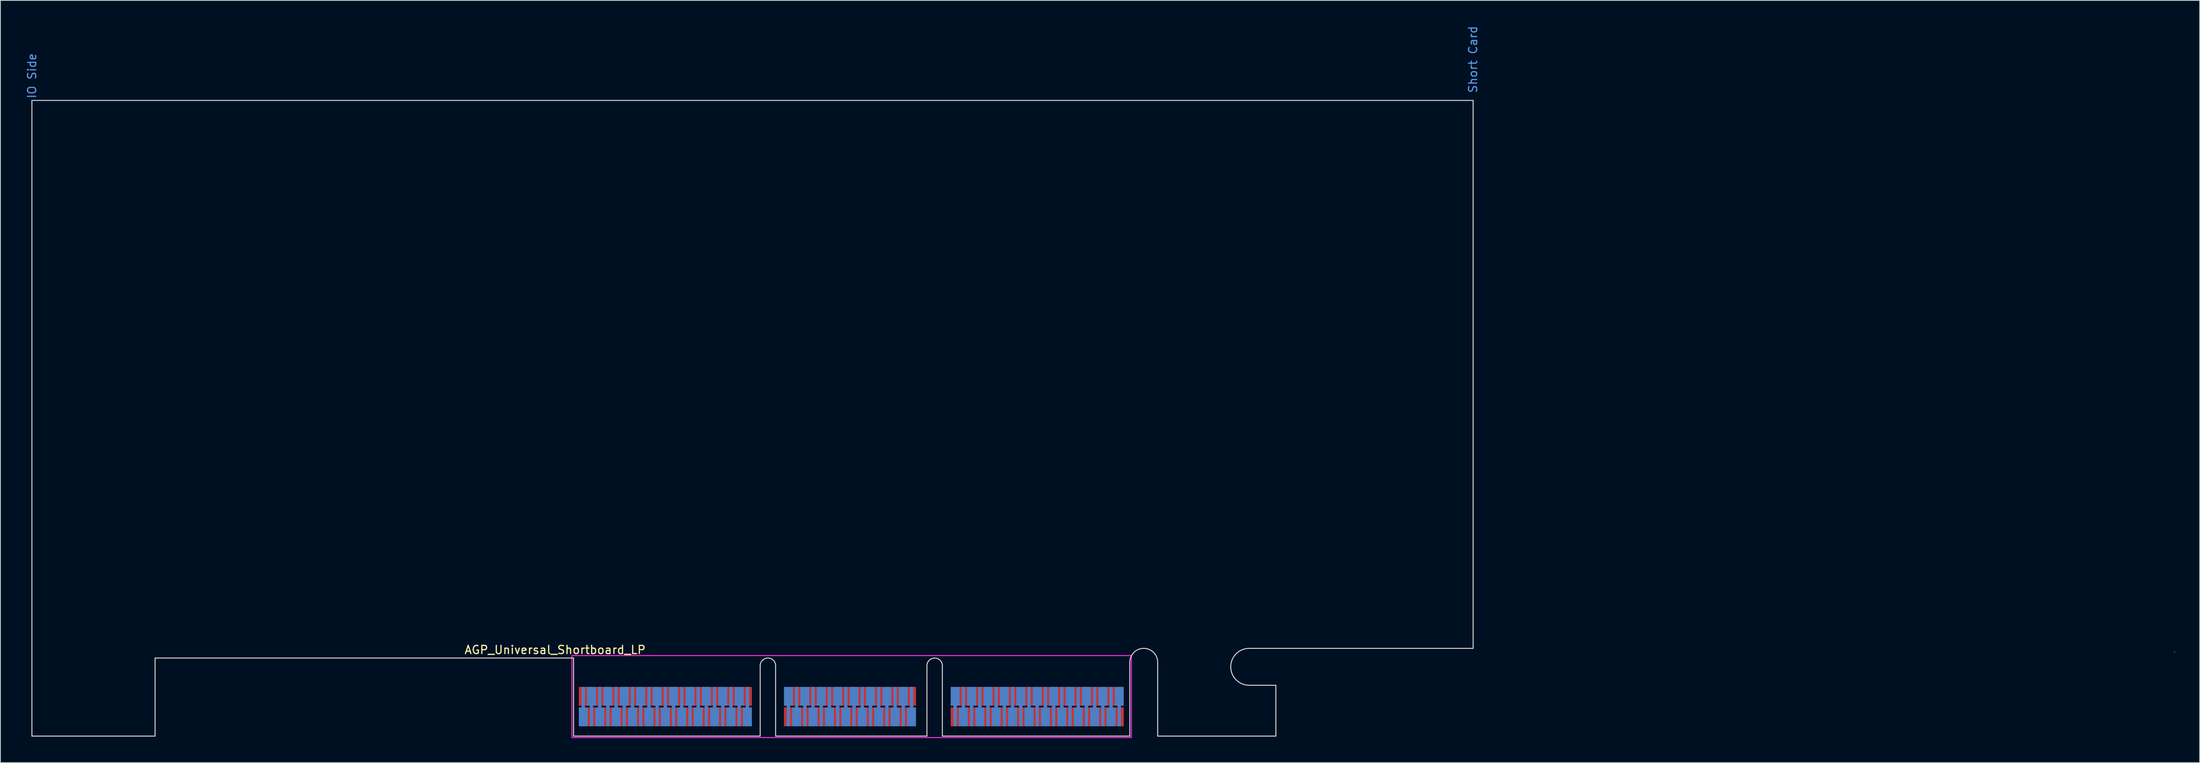
<source format=kicad_pcb>
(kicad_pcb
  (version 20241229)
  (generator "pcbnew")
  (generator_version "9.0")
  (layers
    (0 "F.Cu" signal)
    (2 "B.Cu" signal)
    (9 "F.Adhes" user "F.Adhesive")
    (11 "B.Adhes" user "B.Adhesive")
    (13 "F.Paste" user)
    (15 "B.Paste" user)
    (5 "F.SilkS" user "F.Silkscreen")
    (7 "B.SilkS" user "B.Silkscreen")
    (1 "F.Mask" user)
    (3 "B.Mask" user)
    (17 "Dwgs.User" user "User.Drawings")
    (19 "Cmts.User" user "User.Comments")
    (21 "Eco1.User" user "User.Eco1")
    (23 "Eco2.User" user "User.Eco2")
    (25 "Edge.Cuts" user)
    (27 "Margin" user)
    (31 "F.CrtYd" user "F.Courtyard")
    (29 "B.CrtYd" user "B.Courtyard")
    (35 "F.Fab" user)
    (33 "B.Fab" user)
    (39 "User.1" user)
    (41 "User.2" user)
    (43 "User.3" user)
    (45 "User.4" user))
  (footprint "AGP_Universal_Shortboard_LP"
    (layer "F.Cu")
    (at 66.848 77.196)
    (property "Reference" "AGP_Universal_Shortboard_LP" (at -2.25 -1 0) (unlocked yes) (layer "F.SilkS") (effects (font (size 1 1) (thickness 0.15))))
    (fp_line (start 195.1 -0.7) (end 195.1 -0.7) (stroke (width 0.12) (type solid)) (layer "Cmts.User"))
    (fp_line (start -66.01 -68) (end 109.62 -68) (stroke (width 0.12) (type solid)) (layer "Edge.Cuts"))
    (fp_line (start -66.01 9.52) (end -66.01 -68) (stroke (width 0.12) (type solid)) (layer "Edge.Cuts"))
    (fp_line (start -51 0) (end -51 9.52) (stroke (width 0.12) (type solid)) (layer "Edge.Cuts"))
    (fp_line (start -51 9.52) (end -66.01 9.52) (stroke (width 0.12) (type solid)) (layer "Edge.Cuts"))
    (fp_line (start 0 0) (end -51 0) (stroke (width 0.12) (type solid)) (layer "Edge.Cuts"))
    (fp_line (start 0 9.52) (end 0 0) (stroke (width 0.12) (type solid)) (layer "Edge.Cuts"))
    (fp_line (start 0 9.52) (end 22.74 9.52) (stroke (width 0.12) (type solid)) (layer "Edge.Cuts"))
    (fp_line (start 22.74 0.94) (end 22.74 9.52) (stroke (width 0.12) (type solid)) (layer "Edge.Cuts"))
    (fp_line (start 24.62 0.94) (end 24.62 9.52) (stroke (width 0.12) (type solid)) (layer "Edge.Cuts"))
    (fp_line (start 24.62 9.52) (end 43.06 9.52) (stroke (width 0.12) (type solid)) (layer "Edge.Cuts"))
    (fp_line (start 43.06 0.94) (end 43.06 9.52) (stroke (width 0.12) (type solid)) (layer "Edge.Cuts"))
    (fp_line (start 44.94 0.94) (end 44.94 9.52) (stroke (width 0.12) (type solid)) (layer "Edge.Cuts"))
    (fp_line (start 44.94 9.52) (end 67.78 9.52) (stroke (width 0.12) (type solid)) (layer "Edge.Cuts"))
    (fp_line (start 67.78 9.52) (end 67.78 0.52) (stroke (width 0.12) (type solid)) (layer "Edge.Cuts"))
    (fp_line (start 71.18 9.52) (end 71.18 0.52) (stroke (width 0.12) (type solid)) (layer "Edge.Cuts"))
    (fp_line (start 71.18 9.52) (end 85.58 9.52) (stroke (width 0.12) (type solid)) (layer "Edge.Cuts"))
    (fp_line (start 82.33 -1.18) (end 109.62 -1.18) (stroke (width 0.12) (type solid)) (layer "Edge.Cuts"))
    (fp_line (start 85.58 3.32) (end 82.33 3.32) (stroke (width 0.12) (type solid)) (layer "Edge.Cuts"))
    (fp_line (start 85.58 9.52) (end 85.58 3.32) (stroke (width 0.12) (type solid)) (layer "Edge.Cuts"))
    (fp_line (start 109.62 -1.18) (end 109.62 -68) (stroke (width 0.12) (type solid)) (layer "Edge.Cuts"))
    (fp_arc (start 22.74 0.94) (mid 23.68 0) (end 24.62 0.94) (stroke (width 0.12) (type solid)) (layer "Edge.Cuts"))
    (fp_arc (start 43.06 0.94) (mid 44 0) (end 44.94 0.94) (stroke (width 0.12) (type solid)) (layer "Edge.Cuts"))
    (fp_arc (start 67.78 0.52) (mid 69.48 -1.18) (end 71.18 0.52) (stroke (width 0.12) (type solid)) (layer "Edge.Cuts"))
    (fp_arc (start 82.33 3.32) (mid 80.08 1.07) (end 82.33 -1.18) (stroke (width 0.12) (type solid)) (layer "Edge.Cuts"))
    (fp_rect (start -0.2 -0.3) (end 67.98 9.7) (stroke (width 0.12) (type solid)) (fill no) (layer "F.CrtYd"))
    (fp_text user "IO Side" (at -66 -71 90) (unlocked yes) (layer "Cmts.User") (effects (font (size 1 1) (thickness 0.15))))
    (fp_text user "Short Card" (at 109.6 -73 90) (unlocked yes) (layer "Cmts.User") (effects (font (size 1 1) (thickness 0.15))))
    (pad "A1" connect custom (at 1.18 7.17) (size 1.09 2.3) (layers "B.Cu" "B.Mask") (options (anchor rect)) (primitives (gr_poly (pts (xy -0.205 -1.15) (xy 0.205 -1.15) (xy 0.205 -3.65) (xy -0.205 -3.65)) (width 0) (fill yes))))
    (pad "A2" connect custom (at 2.18 4.67 180) (size 1.09 2.3) (layers "B.Cu" "B.Mask") (options (anchor rect)) (primitives (gr_poly (pts (xy -0.205 -1.15) (xy 0.205 -1.15) (xy 0.205 -3.65) (xy -0.205 -3.65)) (width 0) (fill yes))))
    (pad "A3" connect custom (at 3.18 7.17) (size 1.09 2.3) (layers "B.Cu" "B.Mask") (options (anchor rect)) (primitives (gr_poly (pts (xy -0.205 -1.15) (xy 0.205 -1.15) (xy 0.205 -3.65) (xy -0.205 -3.65)) (width 0) (fill yes))))
    (pad "A4" connect custom (at 4.18 4.67 180) (size 1.09 2.3) (layers "B.Cu" "B.Mask") (options (anchor rect)) (primitives (gr_poly (pts (xy -0.205 -1.15) (xy 0.205 -1.15) (xy 0.205 -3.65) (xy -0.205 -3.65)) (width 0) (fill yes))))
    (pad "A5" connect custom (at 5.18 7.17) (size 1.09 2.3) (layers "B.Cu" "B.Mask") (options (anchor rect)) (primitives (gr_poly (pts (xy -0.205 -1.15) (xy 0.205 -1.15) (xy 0.205 -3.65) (xy -0.205 -3.65)) (width 0) (fill yes))))
    (pad "A6" connect custom (at 6.18 4.67 180) (size 1.09 2.3) (layers "B.Cu" "B.Mask") (options (anchor rect)) (primitives (gr_poly (pts (xy -0.205 -1.15) (xy 0.205 -1.15) (xy 0.205 -3.65) (xy -0.205 -3.65)) (width 0) (fill yes))))
    (pad "A7" connect custom (at 7.18 7.17) (size 1.09 2.3) (layers "B.Cu" "B.Mask") (options (anchor rect)) (primitives (gr_poly (pts (xy -0.205 -1.15) (xy 0.205 -1.15) (xy 0.205 -3.65) (xy -0.205 -3.65)) (width 0) (fill yes))))
    (pad "A8" connect custom (at 8.18 4.67 180) (size 1.09 2.3) (layers "B.Cu" "B.Mask") (options (anchor rect)) (primitives (gr_poly (pts (xy -0.205 -1.15) (xy 0.205 -1.15) (xy 0.205 -3.65) (xy -0.205 -3.65)) (width 0) (fill yes))))
    (pad "A9" connect custom (at 9.18 7.17) (size 1.09 2.3) (layers "B.Cu" "B.Mask") (options (anchor rect)) (primitives (gr_poly (pts (xy -0.205 -1.15) (xy 0.205 -1.15) (xy 0.205 -3.65) (xy -0.205 -3.65)) (width 0) (fill yes))))
    (pad "A10" connect custom (at 10.18 4.67 180) (size 1.09 2.3) (layers "B.Cu" "B.Mask") (options (anchor rect)) (primitives (gr_poly (pts (xy -0.205 -1.15) (xy 0.205 -1.15) (xy 0.205 -3.65) (xy -0.205 -3.65)) (width 0) (fill yes))))
    (pad "A11" connect custom (at 11.18 7.17) (size 1.09 2.3) (layers "B.Cu" "B.Mask") (options (anchor rect)) (primitives (gr_poly (pts (xy -0.205 -1.15) (xy 0.205 -1.15) (xy 0.205 -3.65) (xy -0.205 -3.65)) (width 0) (fill yes))))
    (pad "A12" connect custom (at 12.18 4.67 180) (size 1.09 2.3) (layers "B.Cu" "B.Mask") (options (anchor rect)) (primitives (gr_poly (pts (xy -0.205 -1.15) (xy 0.205 -1.15) (xy 0.205 -3.65) (xy -0.205 -3.65)) (width 0) (fill yes))))
    (pad "A13" connect custom (at 13.18 7.17) (size 1.09 2.3) (layers "B.Cu" "B.Mask") (options (anchor rect)) (primitives (gr_poly (pts (xy -0.205 -1.15) (xy 0.205 -1.15) (xy 0.205 -3.65) (xy -0.205 -3.65)) (width 0) (fill yes))))
    (pad "A14" connect custom (at 14.18 4.67 180) (size 1.09 2.3) (layers "B.Cu" "B.Mask") (options (anchor rect)) (primitives (gr_poly (pts (xy -0.205 -1.15) (xy 0.205 -1.15) (xy 0.205 -3.65) (xy -0.205 -3.65)) (width 0) (fill yes))))
    (pad "A15" connect custom (at 15.18 7.17) (size 1.09 2.3) (layers "B.Cu" "B.Mask") (options (anchor rect)) (primitives (gr_poly (pts (xy -0.205 -1.15) (xy 0.205 -1.15) (xy 0.205 -3.65) (xy -0.205 -3.65)) (width 0) (fill yes))))
    (pad "A16" connect custom (at 16.18 4.67 180) (size 1.09 2.3) (layers "B.Cu" "B.Mask") (options (anchor rect)) (primitives (gr_poly (pts (xy -0.205 -1.15) (xy 0.205 -1.15) (xy 0.205 -3.65) (xy -0.205 -3.65)) (width 0) (fill yes))))
    (pad "A17" connect custom (at 17.18 7.17) (size 1.09 2.3) (layers "B.Cu" "B.Mask") (options (anchor rect)) (primitives (gr_poly (pts (xy -0.205 -1.15) (xy 0.205 -1.15) (xy 0.205 -3.65) (xy -0.205 -3.65)) (width 0) (fill yes))))
    (pad "A18" connect custom (at 18.18 4.67 180) (size 1.09 2.3) (layers "B.Cu" "B.Mask") (options (anchor rect)) (primitives (gr_poly (pts (xy -0.205 -1.15) (xy 0.205 -1.15) (xy 0.205 -3.65) (xy -0.205 -3.65)) (width 0) (fill yes))))
    (pad "A19" connect custom (at 19.18 7.17) (size 1.09 2.3) (layers "B.Cu" "B.Mask") (options (anchor rect)) (primitives (gr_poly (pts (xy -0.205 -1.15) (xy 0.205 -1.15) (xy 0.205 -3.65) (xy -0.205 -3.65)) (width 0) (fill yes))))
    (pad "A20" connect custom (at 20.18 4.67 180) (size 1.09 2.3) (layers "B.Cu" "B.Mask") (options (anchor rect)) (primitives (gr_poly (pts (xy -0.205 -1.15) (xy 0.205 -1.15) (xy 0.205 -3.65) (xy -0.205 -3.65)) (width 0) (fill yes))))
    (pad "A21" connect custom (at 21.18 7.17) (size 1.09 2.3) (layers "B.Cu" "B.Mask") (options (anchor rect)) (primitives (gr_poly (pts (xy -0.205 -1.15) (xy 0.205 -1.15) (xy 0.205 -3.65) (xy -0.205 -3.65)) (width 0) (fill yes))))
    (pad "A26" connect custom (at 26.18 4.67 180) (size 1.09 2.3) (layers "B.Cu" "B.Mask") (options (anchor rect)) (primitives (gr_poly (pts (xy -0.205 -1.15) (xy 0.205 -1.15) (xy 0.205 -3.65) (xy -0.205 -3.65)) (width 0) (fill yes))))
    (pad "A27" connect custom (at 27.18 7.17) (size 1.09 2.3) (layers "B.Cu" "B.Mask") (options (anchor rect)) (primitives (gr_poly (pts (xy -0.205 -1.15) (xy 0.205 -1.15) (xy 0.205 -3.65) (xy -0.205 -3.65)) (width 0) (fill yes))))
    (pad "A28" connect custom (at 28.18 4.67 180) (size 1.09 2.3) (layers "B.Cu" "B.Mask") (options (anchor rect)) (primitives (gr_poly (pts (xy -0.205 -1.15) (xy 0.205 -1.15) (xy 0.205 -3.65) (xy -0.205 -3.65)) (width 0) (fill yes))))
    (pad "A29" connect custom (at 29.18 7.17) (size 1.09 2.3) (layers "B.Cu" "B.Mask") (options (anchor rect)) (primitives (gr_poly (pts (xy -0.205 -1.15) (xy 0.205 -1.15) (xy 0.205 -3.65) (xy -0.205 -3.65)) (width 0) (fill yes))))
    (pad "A30" connect custom (at 30.18 4.67 180) (size 1.09 2.3) (layers "B.Cu" "B.Mask") (options (anchor rect)) (primitives (gr_poly (pts (xy -0.205 -1.15) (xy 0.205 -1.15) (xy 0.205 -3.65) (xy -0.205 -3.65)) (width 0) (fill yes))))
    (pad "A31" connect custom (at 31.18 7.17) (size 1.09 2.3) (layers "B.Cu" "B.Mask") (options (anchor rect)) (primitives (gr_poly (pts (xy -0.205 -1.15) (xy 0.205 -1.15) (xy 0.205 -3.65) (xy -0.205 -3.65)) (width 0) (fill yes))))
    (pad "A32" connect custom (at 32.18 4.67 180) (size 1.09 2.3) (layers "B.Cu" "B.Mask") (options (anchor rect)) (primitives (gr_poly (pts (xy -0.205 -1.15) (xy 0.205 -1.15) (xy 0.205 -3.65) (xy -0.205 -3.65)) (width 0) (fill yes))))
    (pad "A33" connect custom (at 33.18 7.17) (size 1.09 2.3) (layers "B.Cu" "B.Mask") (options (anchor rect)) (primitives (gr_poly (pts (xy -0.205 -1.15) (xy 0.205 -1.15) (xy 0.205 -3.65) (xy -0.205 -3.65)) (width 0) (fill yes))))
    (pad "A34" connect custom (at 34.18 4.67 180) (size 1.09 2.3) (layers "B.Cu" "B.Mask") (options (anchor rect)) (primitives (gr_poly (pts (xy -0.205 -1.15) (xy 0.205 -1.15) (xy 0.205 -3.65) (xy -0.205 -3.65)) (width 0) (fill yes))))
    (pad "A35" connect custom (at 35.18 7.17) (size 1.09 2.3) (layers "B.Cu" "B.Mask") (options (anchor rect)) (primitives (gr_poly (pts (xy -0.205 -1.15) (xy 0.205 -1.15) (xy 0.205 -3.65) (xy -0.205 -3.65)) (width 0) (fill yes))))
    (pad "A36" connect custom (at 36.18 4.67 180) (size 1.09 2.3) (layers "B.Cu" "B.Mask") (options (anchor rect)) (primitives (gr_poly (pts (xy -0.205 -1.15) (xy 0.205 -1.15) (xy 0.205 -3.65) (xy -0.205 -3.65)) (width 0) (fill yes))))
    (pad "A37" connect custom (at 37.18 7.17) (size 1.09 2.3) (layers "B.Cu" "B.Mask") (options (anchor rect)) (primitives (gr_poly (pts (xy -0.205 -1.15) (xy 0.205 -1.15) (xy 0.205 -3.65) (xy -0.205 -3.65)) (width 0) (fill yes))))
    (pad "A38" connect custom (at 38.18 4.67 180) (size 1.09 2.3) (layers "B.Cu" "B.Mask") (options (anchor rect)) (primitives (gr_poly (pts (xy -0.205 -1.15) (xy 0.205 -1.15) (xy 0.205 -3.65) (xy -0.205 -3.65)) (width 0) (fill yes))))
    (pad "A39" connect custom (at 39.18 7.17) (size 1.09 2.3) (layers "B.Cu" "B.Mask") (options (anchor rect)) (primitives (gr_poly (pts (xy -0.205 -1.15) (xy 0.205 -1.15) (xy 0.205 -3.65) (xy -0.205 -3.65)) (width 0) (fill yes))))
    (pad "A40" connect custom (at 40.18 4.67 180) (size 1.09 2.3) (layers "B.Cu" "B.Mask") (options (anchor rect)) (primitives (gr_poly (pts (xy -0.205 -1.15) (xy 0.205 -1.15) (xy 0.205 -3.65) (xy -0.205 -3.65)) (width 0) (fill yes))))
    (pad "A41" connect custom (at 41.18 7.17) (size 1.09 2.3) (layers "B.Cu" "B.Mask") (options (anchor rect)) (primitives (gr_poly (pts (xy -0.205 -1.15) (xy 0.205 -1.15) (xy 0.205 -3.65) (xy -0.205 -3.65)) (width 0) (fill yes))))
    (pad "A46" connect custom (at 46.5 4.67 180) (size 1.09 2.3) (layers "B.Cu" "B.Mask") (options (anchor rect)) (primitives (gr_poly (pts (xy -0.205 -1.15) (xy 0.205 -1.15) (xy 0.205 -3.65) (xy -0.205 -3.65)) (width 0) (fill yes))))
    (pad "A47" connect custom (at 47.5 7.17) (size 1.09 2.3) (layers "B.Cu" "B.Mask") (options (anchor rect)) (primitives (gr_poly (pts (xy -0.205 -1.15) (xy 0.205 -1.15) (xy 0.205 -3.65) (xy -0.205 -3.65)) (width 0) (fill yes))))
    (pad "A48" connect custom (at 48.5 4.67 180) (size 1.09 2.3) (layers "B.Cu" "B.Mask") (options (anchor rect)) (primitives (gr_poly (pts (xy -0.205 -1.15) (xy 0.205 -1.15) (xy 0.205 -3.65) (xy -0.205 -3.65)) (width 0) (fill yes))))
    (pad "A49" connect custom (at 49.5 7.17) (size 1.09 2.3) (layers "B.Cu" "B.Mask") (options (anchor rect)) (primitives (gr_poly (pts (xy -0.205 -1.15) (xy 0.205 -1.15) (xy 0.205 -3.65) (xy -0.205 -3.65)) (width 0) (fill yes))))
    (pad "A50" connect custom (at 50.5 4.67 180) (size 1.09 2.3) (layers "B.Cu" "B.Mask") (options (anchor rect)) (primitives (gr_poly (pts (xy -0.205 -1.15) (xy 0.205 -1.15) (xy 0.205 -3.65) (xy -0.205 -3.65)) (width 0) (fill yes))))
    (pad "A51" connect custom (at 51.5 7.17) (size 1.09 2.3) (layers "B.Cu" "B.Mask") (options (anchor rect)) (primitives (gr_poly (pts (xy -0.205 -1.15) (xy 0.205 -1.15) (xy 0.205 -3.65) (xy -0.205 -3.65)) (width 0) (fill yes))))
    (pad "A52" connect custom (at 52.5 4.67 180) (size 1.09 2.3) (layers "B.Cu" "B.Mask") (options (anchor rect)) (primitives (gr_poly (pts (xy -0.205 -1.15) (xy 0.205 -1.15) (xy 0.205 -3.65) (xy -0.205 -3.65)) (width 0) (fill yes))))
    (pad "A53" connect custom (at 53.5 7.17) (size 1.09 2.3) (layers "B.Cu" "B.Mask") (options (anchor rect)) (primitives (gr_poly (pts (xy -0.205 -1.15) (xy 0.205 -1.15) (xy 0.205 -3.65) (xy -0.205 -3.65)) (width 0) (fill yes))))
    (pad "A54" connect custom (at 54.5 4.67 180) (size 1.09 2.3) (layers "B.Cu" "B.Mask") (options (anchor rect)) (primitives (gr_poly (pts (xy -0.205 -1.15) (xy 0.205 -1.15) (xy 0.205 -3.65) (xy -0.205 -3.65)) (width 0) (fill yes))))
    (pad "A55" connect custom (at 55.5 7.17) (size 1.09 2.3) (layers "B.Cu" "B.Mask") (options (anchor rect)) (primitives (gr_poly (pts (xy -0.205 -1.15) (xy 0.205 -1.15) (xy 0.205 -3.65) (xy -0.205 -3.65)) (width 0) (fill yes))))
    (pad "A56" connect custom (at 56.5 4.67 180) (size 1.09 2.3) (layers "B.Cu" "B.Mask") (options (anchor rect)) (primitives (gr_poly (pts (xy -0.205 -1.15) (xy 0.205 -1.15) (xy 0.205 -3.65) (xy -0.205 -3.65)) (width 0) (fill yes))))
    (pad "A57" connect custom (at 57.5 7.17) (size 1.09 2.3) (layers "B.Cu" "B.Mask") (options (anchor rect)) (primitives (gr_poly (pts (xy -0.205 -1.15) (xy 0.205 -1.15) (xy 0.205 -3.65) (xy -0.205 -3.65)) (width 0) (fill yes))))
    (pad "A58" connect custom (at 58.5 4.67 180) (size 1.09 2.3) (layers "B.Cu" "B.Mask") (options (anchor rect)) (primitives (gr_poly (pts (xy -0.205 -1.15) (xy 0.205 -1.15) (xy 0.205 -3.65) (xy -0.205 -3.65)) (width 0) (fill yes))))
    (pad "A59" connect custom (at 59.5 7.17) (size 1.09 2.3) (layers "B.Cu" "B.Mask") (options (anchor rect)) (primitives (gr_poly (pts (xy -0.205 -1.15) (xy 0.205 -1.15) (xy 0.205 -3.65) (xy -0.205 -3.65)) (width 0) (fill yes))))
    (pad "A60" connect custom (at 60.5 4.67 180) (size 1.09 2.3) (layers "B.Cu" "B.Mask") (options (anchor rect)) (primitives (gr_poly (pts (xy -0.205 -1.15) (xy 0.205 -1.15) (xy 0.205 -3.65) (xy -0.205 -3.65)) (width 0) (fill yes))))
    (pad "A61" connect custom (at 61.5 7.17) (size 1.09 2.3) (layers "B.Cu" "B.Mask") (options (anchor rect)) (primitives (gr_poly (pts (xy -0.205 -1.15) (xy 0.205 -1.15) (xy 0.205 -3.65) (xy -0.205 -3.65)) (width 0) (fill yes))))
    (pad "A62" connect custom (at 62.5 4.67 180) (size 1.09 2.3) (layers "B.Cu" "B.Mask") (options (anchor rect)) (primitives (gr_poly (pts (xy -0.205 -1.15) (xy 0.205 -1.15) (xy 0.205 -3.65) (xy -0.205 -3.65)) (width 0) (fill yes))))
    (pad "A63" connect custom (at 63.5 7.17) (size 1.09 2.3) (layers "B.Cu" "B.Mask") (options (anchor rect)) (primitives (gr_poly (pts (xy -0.205 -1.15) (xy 0.205 -1.15) (xy 0.205 -3.65) (xy -0.205 -3.65)) (width 0) (fill yes))))
    (pad "A64" connect custom (at 64.5 4.67 180) (size 1.09 2.3) (layers "B.Cu" "B.Mask") (options (anchor rect)) (primitives (gr_poly (pts (xy -0.205 -1.15) (xy 0.205 -1.15) (xy 0.205 -3.65) (xy -0.205 -3.65)) (width 0) (fill yes))))
    (pad "A65" connect custom (at 65.5 7.17) (size 1.09 2.3) (layers "B.Cu" "B.Mask") (options (anchor rect)) (primitives (gr_poly (pts (xy -0.205 -1.15) (xy 0.205 -1.15) (xy 0.205 -3.65) (xy -0.205 -3.65)) (width 0) (fill yes))))
    (pad "A66" connect custom (at 66.5 4.67 180) (size 1.09 2.3) (layers "B.Cu" "B.Mask") (options (anchor rect)) (primitives (gr_poly (pts (xy -0.205 -1.15) (xy 0.205 -1.15) (xy 0.205 -3.65) (xy -0.205 -3.65)) (width 0) (fill yes))))
    (pad "B1" connect custom (at 1.18 4.67 180) (size 1.09 2.3) (layers "F.Cu" "F.Mask") (options (anchor rect)) (primitives (gr_poly (pts (xy -0.205 -1.15) (xy 0.205 -1.15) (xy 0.205 -3.65) (xy -0.205 -3.65)) (width 0) (fill yes))))
    (pad "B2" connect custom (at 2.18 7.17) (size 1.09 2.3) (layers "F.Cu" "F.Mask") (options (anchor rect)) (primitives (gr_poly (pts (xy -0.205 -1.15) (xy 0.205 -1.15) (xy 0.205 -3.65) (xy -0.205 -3.65)) (width 0) (fill yes))))
    (pad "B3" connect custom (at 3.18 4.67 180) (size 1.09 2.3) (layers "F.Cu" "F.Mask") (options (anchor rect)) (primitives (gr_poly (pts (xy -0.205 -1.15) (xy 0.205 -1.15) (xy 0.205 -3.65) (xy -0.205 -3.65)) (width 0) (fill yes))))
    (pad "B4" connect custom (at 4.18 7.17) (size 1.09 2.3) (layers "F.Cu" "F.Mask") (options (anchor rect)) (primitives (gr_poly (pts (xy -0.205 -1.15) (xy 0.205 -1.15) (xy 0.205 -3.65) (xy -0.205 -3.65)) (width 0) (fill yes))))
    (pad "B5" connect custom (at 5.18 4.67 180) (size 1.09 2.3) (layers "F.Cu" "F.Mask") (options (anchor rect)) (primitives (gr_poly (pts (xy -0.205 -1.15) (xy 0.205 -1.15) (xy 0.205 -3.65) (xy -0.205 -3.65)) (width 0) (fill yes))))
    (pad "B6" connect custom (at 6.18 7.17) (size 1.09 2.3) (layers "F.Cu" "F.Mask") (options (anchor rect)) (primitives (gr_poly (pts (xy -0.205 -1.15) (xy 0.205 -1.15) (xy 0.205 -3.65) (xy -0.205 -3.65)) (width 0) (fill yes))))
    (pad "B7" connect custom (at 7.18 4.67 180) (size 1.09 2.3) (layers "F.Cu" "F.Mask") (options (anchor rect)) (primitives (gr_poly (pts (xy -0.205 -1.15) (xy 0.205 -1.15) (xy 0.205 -3.65) (xy -0.205 -3.65)) (width 0) (fill yes))))
    (pad "B8" connect custom (at 8.18 7.17) (size 1.09 2.3) (layers "F.Cu" "F.Mask") (options (anchor rect)) (primitives (gr_poly (pts (xy -0.205 -1.15) (xy 0.205 -1.15) (xy 0.205 -3.65) (xy -0.205 -3.65)) (width 0) (fill yes))))
    (pad "B9" connect custom (at 9.18 4.67 180) (size 1.09 2.3) (layers "F.Cu" "F.Mask") (options (anchor rect)) (primitives (gr_poly (pts (xy -0.205 -1.15) (xy 0.205 -1.15) (xy 0.205 -3.65) (xy -0.205 -3.65)) (width 0) (fill yes))))
    (pad "B10" connect custom (at 10.18 7.17) (size 1.09 2.3) (layers "F.Cu" "F.Mask") (options (anchor rect)) (primitives (gr_poly (pts (xy -0.205 -1.15) (xy 0.205 -1.15) (xy 0.205 -3.65) (xy -0.205 -3.65)) (width 0) (fill yes))))
    (pad "B11" connect custom (at 11.18 4.67 180) (size 1.09 2.3) (layers "F.Cu" "F.Mask") (options (anchor rect)) (primitives (gr_poly (pts (xy -0.205 -1.15) (xy 0.205 -1.15) (xy 0.205 -3.65) (xy -0.205 -3.65)) (width 0) (fill yes))))
    (pad "B12" connect custom (at 12.18 7.17) (size 1.09 2.3) (layers "F.Cu" "F.Mask") (options (anchor rect)) (primitives (gr_poly (pts (xy -0.205 -1.15) (xy 0.205 -1.15) (xy 0.205 -3.65) (xy -0.205 -3.65)) (width 0) (fill yes))))
    (pad "B13" connect custom (at 13.18 4.67 180) (size 1.09 2.3) (layers "F.Cu" "F.Mask") (options (anchor rect)) (primitives (gr_poly (pts (xy -0.205 -1.15) (xy 0.205 -1.15) (xy 0.205 -3.65) (xy -0.205 -3.65)) (width 0) (fill yes))))
    (pad "B14" connect custom (at 14.18 7.17) (size 1.09 2.3) (layers "F.Cu" "F.Mask") (options (anchor rect)) (primitives (gr_poly (pts (xy -0.205 -1.15) (xy 0.205 -1.15) (xy 0.205 -3.65) (xy -0.205 -3.65)) (width 0) (fill yes))))
    (pad "B15" connect custom (at 15.18 4.67 180) (size 1.09 2.3) (layers "F.Cu" "F.Mask") (options (anchor rect)) (primitives (gr_poly (pts (xy -0.205 -1.15) (xy 0.205 -1.15) (xy 0.205 -3.65) (xy -0.205 -3.65)) (width 0) (fill yes))))
    (pad "B16" connect custom (at 16.18 7.17) (size 1.09 2.3) (layers "F.Cu" "F.Mask") (options (anchor rect)) (primitives (gr_poly (pts (xy -0.205 -1.15) (xy 0.205 -1.15) (xy 0.205 -3.65) (xy -0.205 -3.65)) (width 0) (fill yes))))
    (pad "B17" connect custom (at 17.18 4.67 180) (size 1.09 2.3) (layers "F.Cu" "F.Mask") (options (anchor rect)) (primitives (gr_poly (pts (xy -0.205 -1.15) (xy 0.205 -1.15) (xy 0.205 -3.65) (xy -0.205 -3.65)) (width 0) (fill yes))))
    (pad "B18" connect custom (at 18.18 7.17) (size 1.09 2.3) (layers "F.Cu" "F.Mask") (options (anchor rect)) (primitives (gr_poly (pts (xy -0.205 -1.15) (xy 0.205 -1.15) (xy 0.205 -3.65) (xy -0.205 -3.65)) (width 0) (fill yes))))
    (pad "B19" connect custom (at 19.18 4.67 180) (size 1.09 2.3) (layers "F.Cu" "F.Mask") (options (anchor rect)) (primitives (gr_poly (pts (xy -0.205 -1.15) (xy 0.205 -1.15) (xy 0.205 -3.65) (xy -0.205 -3.65)) (width 0) (fill yes))))
    (pad "B20" connect custom (at 20.18 7.17) (size 1.09 2.3) (layers "F.Cu" "F.Mask") (options (anchor rect)) (primitives (gr_poly (pts (xy -0.205 -1.15) (xy 0.205 -1.15) (xy 0.205 -3.65) (xy -0.205 -3.65)) (width 0) (fill yes))))
    (pad "B21" connect custom (at 21.18 4.67 180) (size 1.09 2.3) (layers "F.Cu" "F.Mask") (options (anchor rect)) (primitives (gr_poly (pts (xy -0.205 -1.15) (xy 0.205 -1.15) (xy 0.205 -3.65) (xy -0.205 -3.65)) (width 0) (fill yes))))
    (pad "B26" connect custom (at 26.18 7.17) (size 1.09 2.3) (layers "F.Cu" "F.Mask") (options (anchor rect)) (primitives (gr_poly (pts (xy -0.205 -1.15) (xy 0.205 -1.15) (xy 0.205 -3.65) (xy -0.205 -3.65)) (width 0) (fill yes))))
    (pad "B27" connect custom (at 27.18 4.67 180) (size 1.09 2.3) (layers "F.Cu" "F.Mask") (options (anchor rect)) (primitives (gr_poly (pts (xy -0.205 -1.15) (xy 0.205 -1.15) (xy 0.205 -3.65) (xy -0.205 -3.65)) (width 0) (fill yes))))
    (pad "B28" connect custom (at 28.18 7.17) (size 1.09 2.3) (layers "F.Cu" "F.Mask") (options (anchor rect)) (primitives (gr_poly (pts (xy -0.205 -1.15) (xy 0.205 -1.15) (xy 0.205 -3.65) (xy -0.205 -3.65)) (width 0) (fill yes))))
    (pad "B29" connect custom (at 29.18 4.67 180) (size 1.09 2.3) (layers "F.Cu" "F.Mask") (options (anchor rect)) (primitives (gr_poly (pts (xy -0.205 -1.15) (xy 0.205 -1.15) (xy 0.205 -3.65) (xy -0.205 -3.65)) (width 0) (fill yes))))
    (pad "B30" connect custom (at 30.18 7.17) (size 1.09 2.3) (layers "F.Cu" "F.Mask") (options (anchor rect)) (primitives (gr_poly (pts (xy -0.205 -1.15) (xy 0.205 -1.15) (xy 0.205 -3.65) (xy -0.205 -3.65)) (width 0) (fill yes))))
    (pad "B31" connect custom (at 31.18 4.67 180) (size 1.09 2.3) (layers "F.Cu" "F.Mask") (options (anchor rect)) (primitives (gr_poly (pts (xy -0.205 -1.15) (xy 0.205 -1.15) (xy 0.205 -3.65) (xy -0.205 -3.65)) (width 0) (fill yes))))
    (pad "B32" connect custom (at 32.18 7.17) (size 1.09 2.3) (layers "F.Cu" "F.Mask") (options (anchor rect)) (primitives (gr_poly (pts (xy -0.205 -1.15) (xy 0.205 -1.15) (xy 0.205 -3.65) (xy -0.205 -3.65)) (width 0) (fill yes))))
    (pad "B33" connect custom (at 33.18 4.67 180) (size 1.09 2.3) (layers "F.Cu" "F.Mask") (options (anchor rect)) (primitives (gr_poly (pts (xy -0.205 -1.15) (xy 0.205 -1.15) (xy 0.205 -3.65) (xy -0.205 -3.65)) (width 0) (fill yes))))
    (pad "B34" connect custom (at 34.18 7.17) (size 1.09 2.3) (layers "F.Cu" "F.Mask") (options (anchor rect)) (primitives (gr_poly (pts (xy -0.205 -1.15) (xy 0.205 -1.15) (xy 0.205 -3.65) (xy -0.205 -3.65)) (width 0) (fill yes))))
    (pad "B35" connect custom (at 35.18 4.67 180) (size 1.09 2.3) (layers "F.Cu" "F.Mask") (options (anchor rect)) (primitives (gr_poly (pts (xy -0.205 -1.15) (xy 0.205 -1.15) (xy 0.205 -3.65) (xy -0.205 -3.65)) (width 0) (fill yes))))
    (pad "B36" connect custom (at 36.18 7.17) (size 1.09 2.3) (layers "F.Cu" "F.Mask") (options (anchor rect)) (primitives (gr_poly (pts (xy -0.205 -1.15) (xy 0.205 -1.15) (xy 0.205 -3.65) (xy -0.205 -3.65)) (width 0) (fill yes))))
    (pad "B37" connect custom (at 37.18 4.67 180) (size 1.09 2.3) (layers "F.Cu" "F.Mask") (options (anchor rect)) (primitives (gr_poly (pts (xy -0.205 -1.15) (xy 0.205 -1.15) (xy 0.205 -3.65) (xy -0.205 -3.65)) (width 0) (fill yes))))
    (pad "B38" connect custom (at 38.18 7.17) (size 1.09 2.3) (layers "F.Cu" "F.Mask") (options (anchor rect)) (primitives (gr_poly (pts (xy -0.205 -1.15) (xy 0.205 -1.15) (xy 0.205 -3.65) (xy -0.205 -3.65)) (width 0) (fill yes))))
    (pad "B39" connect custom (at 39.18 4.67 180) (size 1.09 2.3) (layers "F.Cu" "F.Mask") (options (anchor rect)) (primitives (gr_poly (pts (xy -0.205 -1.15) (xy 0.205 -1.15) (xy 0.205 -3.65) (xy -0.205 -3.65)) (width 0) (fill yes))))
    (pad "B40" connect custom (at 40.18 7.17) (size 1.09 2.3) (layers "F.Cu" "F.Mask") (options (anchor rect)) (primitives (gr_poly (pts (xy -0.205 -1.15) (xy 0.205 -1.15) (xy 0.205 -3.65) (xy -0.205 -3.65)) (width 0) (fill yes))))
    (pad "B41" connect custom (at 41.18 4.67 180) (size 1.09 2.3) (layers "F.Cu" "F.Mask") (options (anchor rect)) (primitives (gr_poly (pts (xy -0.205 -1.15) (xy 0.205 -1.15) (xy 0.205 -3.65) (xy -0.205 -3.65)) (width 0) (fill yes))))
    (pad "B46" connect custom (at 46.5 7.17) (size 1.09 2.3) (layers "F.Cu" "F.Mask") (options (anchor rect)) (primitives (gr_poly (pts (xy -0.205 -1.15) (xy 0.205 -1.15) (xy 0.205 -3.65) (xy -0.205 -3.65)) (width 0) (fill yes))))
    (pad "B47" connect custom (at 47.5 4.67 180) (size 1.09 2.3) (layers "F.Cu" "F.Mask") (options (anchor rect)) (primitives (gr_poly (pts (xy -0.205 -1.15) (xy 0.205 -1.15) (xy 0.205 -3.65) (xy -0.205 -3.65)) (width 0) (fill yes))))
    (pad "B48" connect custom (at 48.5 7.17) (size 1.09 2.3) (layers "F.Cu" "F.Mask") (options (anchor rect)) (primitives (gr_poly (pts (xy -0.205 -1.15) (xy 0.205 -1.15) (xy 0.205 -3.65) (xy -0.205 -3.65)) (width 0) (fill yes))))
    (pad "B49" connect custom (at 49.5 4.67 180) (size 1.09 2.3) (layers "F.Cu" "F.Mask") (options (anchor rect)) (primitives (gr_poly (pts (xy -0.205 -1.15) (xy 0.205 -1.15) (xy 0.205 -3.65) (xy -0.205 -3.65)) (width 0) (fill yes))))
    (pad "B50" connect custom (at 50.5 7.17) (size 1.09 2.3) (layers "F.Cu" "F.Mask") (options (anchor rect)) (primitives (gr_poly (pts (xy -0.205 -1.15) (xy 0.205 -1.15) (xy 0.205 -3.65) (xy -0.205 -3.65)) (width 0) (fill yes))))
    (pad "B51" connect custom (at 51.5 4.67 180) (size 1.09 2.3) (layers "F.Cu" "F.Mask") (options (anchor rect)) (primitives (gr_poly (pts (xy -0.205 -1.15) (xy 0.205 -1.15) (xy 0.205 -3.65) (xy -0.205 -3.65)) (width 0) (fill yes))))
    (pad "B52" connect custom (at 52.5 7.17) (size 1.09 2.3) (layers "F.Cu" "F.Mask") (options (anchor rect)) (primitives (gr_poly (pts (xy -0.205 -1.15) (xy 0.205 -1.15) (xy 0.205 -3.65) (xy -0.205 -3.65)) (width 0) (fill yes))))
    (pad "B53" connect custom (at 53.5 4.67 180) (size 1.09 2.3) (layers "F.Cu" "F.Mask") (options (anchor rect)) (primitives (gr_poly (pts (xy -0.205 -1.15) (xy 0.205 -1.15) (xy 0.205 -3.65) (xy -0.205 -3.65)) (width 0) (fill yes))))
    (pad "B54" connect custom (at 54.5 7.17) (size 1.09 2.3) (layers "F.Cu" "F.Mask") (options (anchor rect)) (primitives (gr_poly (pts (xy -0.205 -1.15) (xy 0.205 -1.15) (xy 0.205 -3.65) (xy -0.205 -3.65)) (width 0) (fill yes))))
    (pad "B55" connect custom (at 55.5 4.67 180) (size 1.09 2.3) (layers "F.Cu" "F.Mask") (options (anchor rect)) (primitives (gr_poly (pts (xy -0.205 -1.15) (xy 0.205 -1.15) (xy 0.205 -3.65) (xy -0.205 -3.65)) (width 0) (fill yes))))
    (pad "B56" connect custom (at 56.5 7.17) (size 1.09 2.3) (layers "F.Cu" "F.Mask") (options (anchor rect)) (primitives (gr_poly (pts (xy -0.205 -1.15) (xy 0.205 -1.15) (xy 0.205 -3.65) (xy -0.205 -3.65)) (width 0) (fill yes))))
    (pad "B57" connect custom (at 57.5 4.67 180) (size 1.09 2.3) (layers "F.Cu" "F.Mask") (options (anchor rect)) (primitives (gr_poly (pts (xy -0.205 -1.15) (xy 0.205 -1.15) (xy 0.205 -3.65) (xy -0.205 -3.65)) (width 0) (fill yes))))
    (pad "B58" connect custom (at 58.5 7.17) (size 1.09 2.3) (layers "F.Cu" "F.Mask") (options (anchor rect)) (primitives (gr_poly (pts (xy -0.205 -1.15) (xy 0.205 -1.15) (xy 0.205 -3.65) (xy -0.205 -3.65)) (width 0) (fill yes))))
    (pad "B59" connect custom (at 59.5 4.67 180) (size 1.09 2.3) (layers "F.Cu" "F.Mask") (options (anchor rect)) (primitives (gr_poly (pts (xy -0.205 -1.15) (xy 0.205 -1.15) (xy 0.205 -3.65) (xy -0.205 -3.65)) (width 0) (fill yes))))
    (pad "B60" connect custom (at 60.5 7.17) (size 1.09 2.3) (layers "F.Cu" "F.Mask") (options (anchor rect)) (primitives (gr_poly (pts (xy -0.205 -1.15) (xy 0.205 -1.15) (xy 0.205 -3.65) (xy -0.205 -3.65)) (width 0) (fill yes))))
    (pad "B61" connect custom (at 61.5 4.67 180) (size 1.09 2.3) (layers "F.Cu" "F.Mask") (options (anchor rect)) (primitives (gr_poly (pts (xy -0.205 -1.15) (xy 0.205 -1.15) (xy 0.205 -3.65) (xy -0.205 -3.65)) (width 0) (fill yes))))
    (pad "B62" connect custom (at 62.5 7.17) (size 1.09 2.3) (layers "F.Cu" "F.Mask") (options (anchor rect)) (primitives (gr_poly (pts (xy -0.205 -1.15) (xy 0.205 -1.15) (xy 0.205 -3.65) (xy -0.205 -3.65)) (width 0) (fill yes))))
    (pad "B63" connect custom (at 63.5 4.67 180) (size 1.09 2.3) (layers "F.Cu" "F.Mask") (options (anchor rect)) (primitives (gr_poly (pts (xy -0.205 -1.15) (xy 0.205 -1.15) (xy 0.205 -3.65) (xy -0.205 -3.65)) (width 0) (fill yes))))
    (pad "B64" connect custom (at 64.5 7.17) (size 1.09 2.3) (layers "F.Cu" "F.Mask") (options (anchor rect)) (primitives (gr_poly (pts (xy -0.205 -1.15) (xy 0.205 -1.15) (xy 0.205 -3.65) (xy -0.205 -3.65)) (width 0) (fill yes))))
    (pad "B65" connect custom (at 65.5 4.67 180) (size 1.09 2.3) (layers "F.Cu" "F.Mask") (options (anchor rect)) (primitives (gr_poly (pts (xy -0.205 -1.15) (xy 0.205 -1.15) (xy 0.205 -3.65) (xy -0.205 -3.65)) (width 0) (fill yes))))
    (pad "B66" connect custom (at 66.5 7.17) (size 1.09 2.3) (layers "F.Cu" "F.Mask") (options (anchor rect)) (primitives (gr_poly (pts (xy -0.205 -1.15) (xy 0.205 -1.15) (xy 0.205 -3.65) (xy -0.205 -3.65)) (width 0) (fill yes)))))
  (gr_rect
    (start -3 -3)
    (end 265.008 89.956)
    (stroke (width 0.1) (type default))
    (fill no)
    (layer "Edge.Cuts")))
</source>
